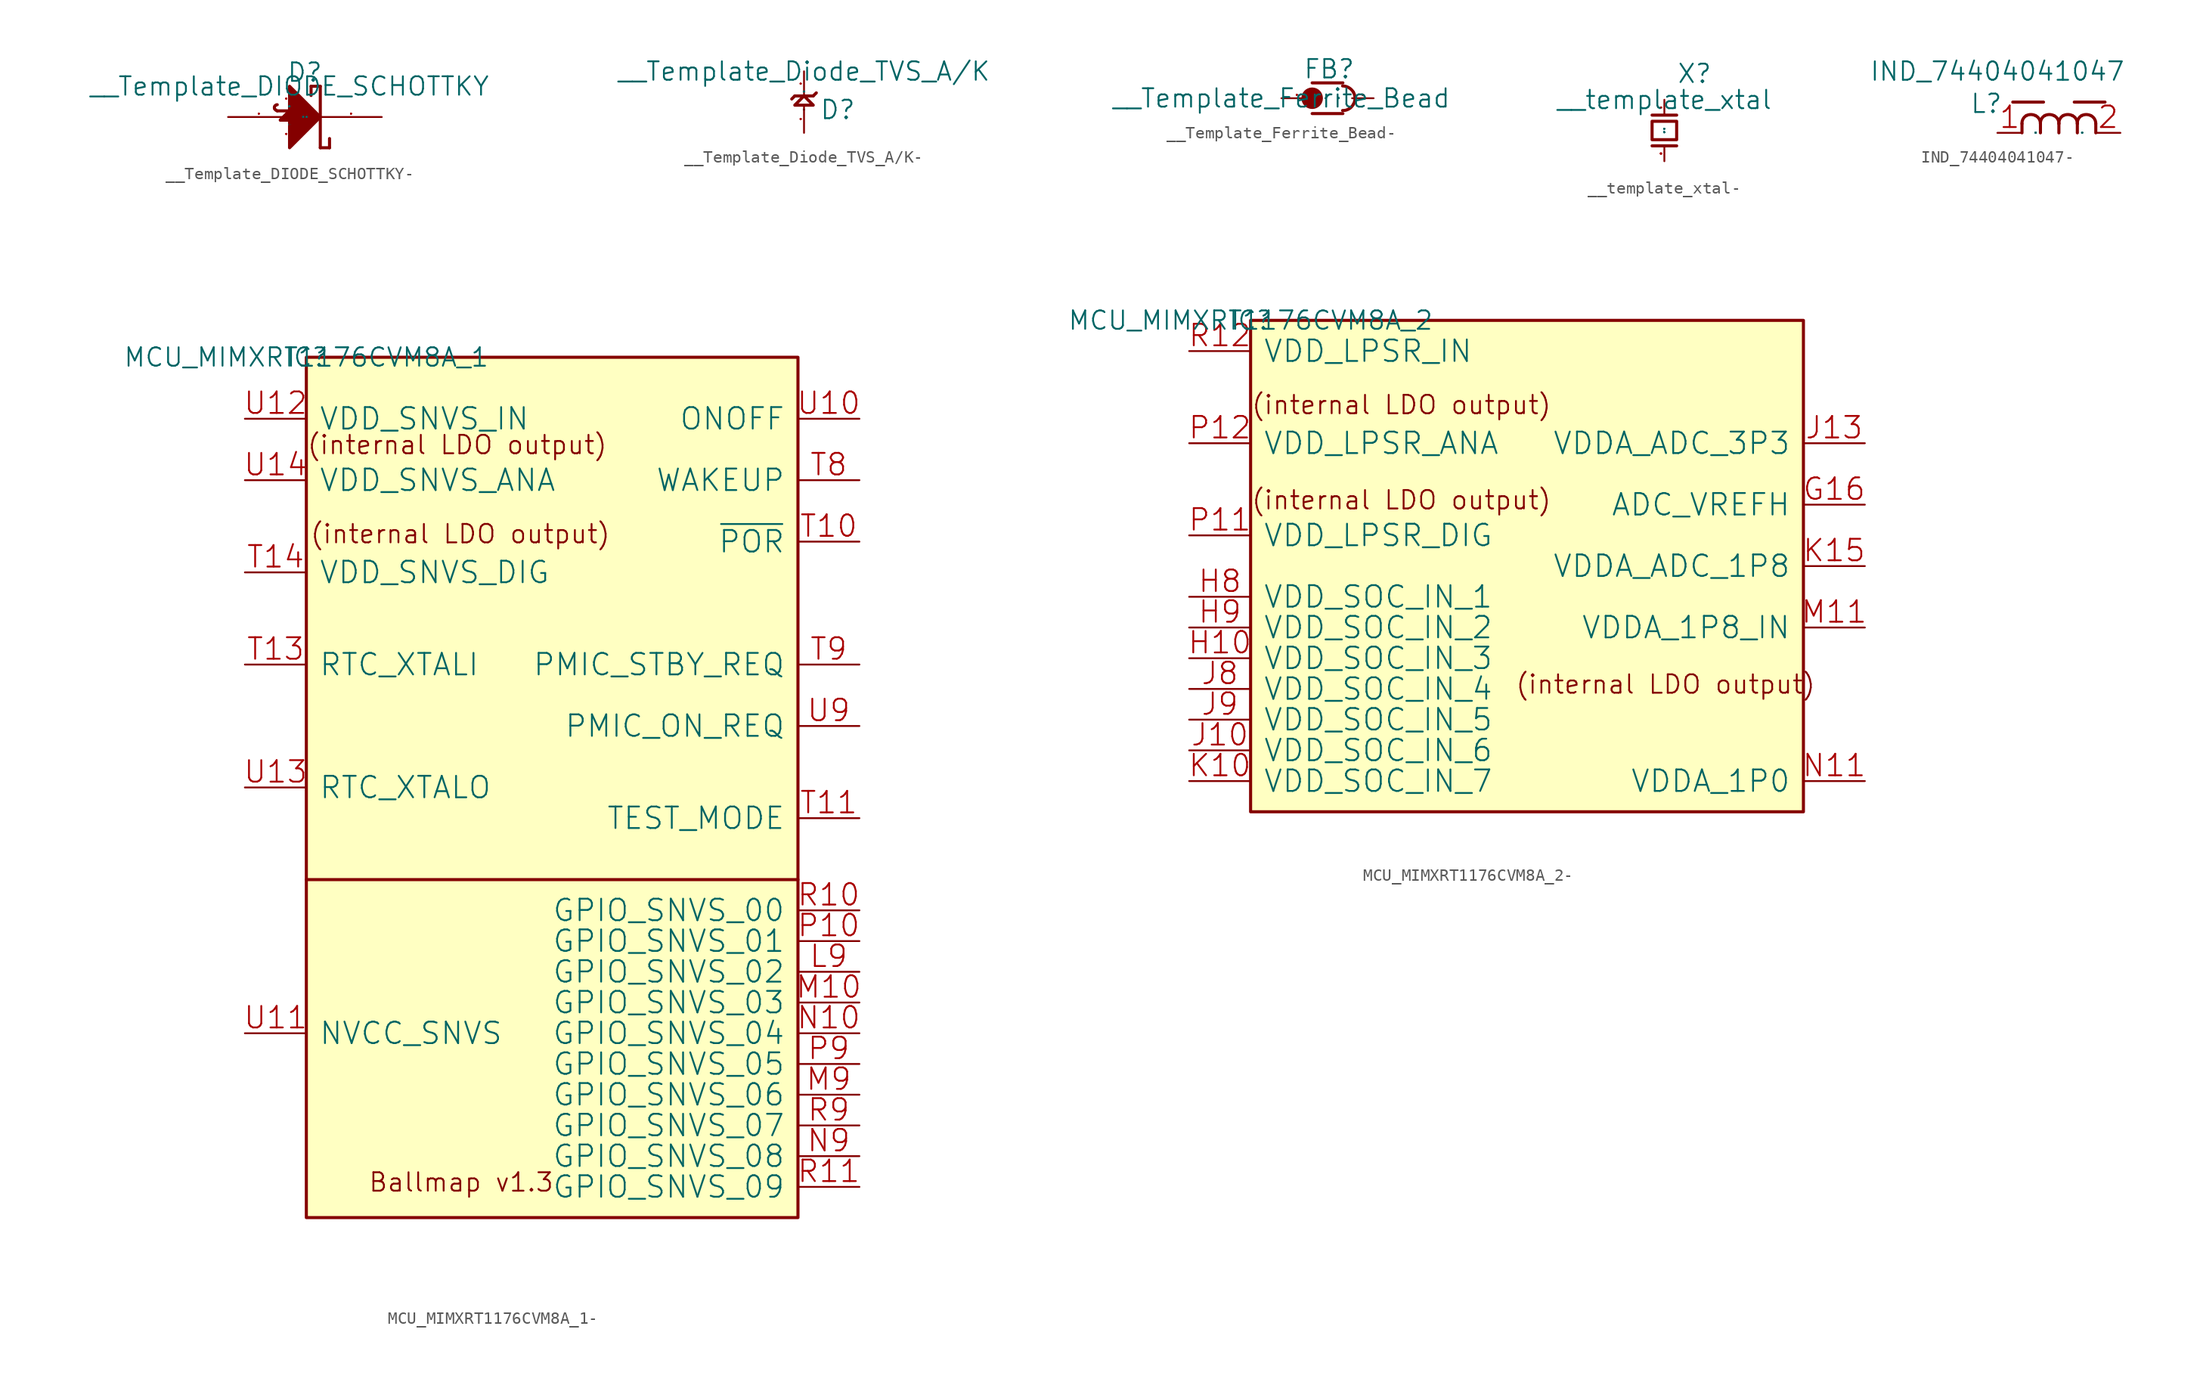
<source format=kicad_sym>
(kicad_symbol_lib
  (version 20220914)
  (generator kicad_symbol_editor)
  (symbol "__Template_DIODE_SCHOTTKY-"
    (pin_names
      (offset 1.016))
    (property "Reference" "D"
      (at -0.254 0.254 0)
      (effects (font (size 1.524 1.524)) (justify left bottom)))
    (property "Value" "__Template_DIODE_SCHOTTKY"
      (at 0 0 0)
      (effects (font (size 1.524 1.524))))
    (property "Footprint" ""
      (at 0 0 0)
      (effects (font (size 1.524 1.524))))
    (property "Datasheet" ""
      (at 0 0 0)
      (effects (font (size 1.524 1.524))))
    (symbol "__Template_DIODE_SCHOTTKY-_0_1"
      (polyline (pts (xy -1.016 -2.032) (xy 1.016 -2.032)) (stroke (width 0.254) (type solid)) (fill (type none)))
      (polyline (pts (xy 1.778 -0.762) (xy 1.778 0)) (stroke (width 0.254) (type solid)) (fill (type none)))
      (polyline (pts (xy 1.778 0) (xy 2.54 0)) (stroke (width 0.254) (type solid)) (fill (type none)))
      (polyline (pts (xy 2.54 -5.08) (xy 3.302 -5.08)) (stroke (width 0.254) (type solid)) (fill (type none)))
      (polyline (pts (xy 2.54 0) (xy 2.54 -5.08)) (stroke (width 0.254) (type solid)) (fill (type none)))
      (polyline (pts (xy 3.302 -5.08) (xy 3.302 -4.318)) (stroke (width 0.254) (type solid)) (fill (type none)))
      (polyline (pts (xy 0 -5.08) (xy 2.54 -2.54) (xy 0 0) (xy 0 -5.08)) (stroke (width 0.254) (type solid)) (fill (type outline)))
      (polyline (pts (xy 0 -2.032) (xy -0.762 -2.794) (xy 0.762 -2.794) (xy 0 -2.032)) (stroke (width 0.254) (type solid)) (fill (type none)))
      (polyline (pts (xy 0 -2.032) (xy -0.762 -2.794) (xy 0.762 -2.794) (xy 0 -2.032)) (stroke (width 0.254) (type solid)) (fill (type outline)))
      (pin passive line (at -5.08 -2.54 0) (length 5.08) (name "A" (effects (font (size 0.025 0.025)))) (number "A" (effects (font (size 0.025 0.025)))))
      (pin passive line (at 0 -5.08 90) (length 2.286) (name "P" (effects (font (size 0.025 0.025)))) (number "A" (effects (font (size 0.025 0.025)))))
      (pin passive line (at 7.62 -2.54 180) (length 5.08) (name "K" (effects (font (size 0.025 0.025)))) (number "K" (effects (font (size 0.025 0.025)))))
      (pin passive line (at 0 0 270) (length 2.032) (name "P" (effects (font (size 0.025 0.025)))) (number "K" (effects (font (size 0.025 0.025))))))
    (symbol "__Template_DIODE_SCHOTTKY-_1_1"
      (arc (start -1.2192 -1.8796) (mid -1.1354 -1.9713) (end -1.016 -2.032) (stroke (width 0.254) (type solid)) (fill (type none)))
      (arc (start -1.2192 -1.651) (mid -1.2554 -1.7666) (end -1.2192 -1.8796) (stroke (width 0.254) (type solid)) (fill (type none)))
      (arc (start -1.016 -1.524) (mid -1.1391 -1.5558) (end -1.2192 -1.651) (stroke (width 0.254) (type solid)) (fill (type none)))
      (arc (start 0.9906 -2.54) (mid 1.1285 -2.5152) (end 1.2192 -2.413) (stroke (width 0.254) (type solid)) (fill (type none)))
      (arc (start 1.2192 -2.413) (mid 1.2554 -2.2758) (end 1.2192 -2.1336) (stroke (width 0.254) (type solid)) (fill (type none)))
      (arc (start 1.2192 -2.1336) (mid 1.1181 -2.0534) (end 0.9906 -2.032) (stroke (width 0.254) (type solid)) (fill (type none)))))
  (symbol "__Template_Diode_TVS_A/K-"
    (pin_names
      (offset 1.016))
    (property "Reference" "D"
      (at 1.27 -4.064 0)
      (effects (font (size 1.524 1.524)) (justify left bottom)))
    (property "Value" "__Template_Diode_TVS_A/K"
      (at 0 0 0)
      (effects (font (size 1.524 1.524))))
    (property "Footprint" ""
      (at 0 0 0)
      (effects (font (size 1.524 1.524))))
    (property "Datasheet" ""
      (at 0 0 0)
      (effects (font (size 1.524 1.524))))
    (symbol "__Template_Diode_TVS_A/K-_0_1"
      (polyline (pts (xy -1.016 -2.286) (xy -0.762 -2.032)) (stroke (width 0.254) (type solid)) (fill (type none)))
      (polyline (pts (xy -0.762 -2.032) (xy 0.762 -2.032)) (stroke (width 0.254) (type solid)) (fill (type none)))
      (polyline (pts (xy 1.016 -1.778) (xy 0.762 -2.032)) (stroke (width 0.254) (type solid)) (fill (type none)))
      (polyline (pts (xy 0 -2.032) (xy -0.762 -2.794) (xy 0.762 -2.794) (xy 0 -2.032)) (stroke (width 0.254) (type solid)) (fill (type none)))
      (pin passive line (at 0 -5.08 90) (length 2.286) (name "A" (effects (font (size 0.025 0.025)))) (number "A" (effects (font (size 0.025 0.025)))))
      (pin passive line (at 0 0 270) (length 2.032) (name "K" (effects (font (size 0.025 0.025)))) (number "K" (effects (font (size 0.025 0.025)))))))
  (symbol "__Template_Ferrite_Bead-"
    (pin_names
      (offset 1.016))
    (property "Reference" "FB"
      (at 1.778 1.524 0)
      (effects (font (size 1.524 1.524)) (justify left bottom)))
    (property "Value" "__Template_Ferrite_Bead"
      (at 0 0 0)
      (effects (font (size 1.524 1.524))))
    (property "Footprint" ""
      (at 0 0 0)
      (effects (font (size 1.524 1.524))))
    (property "Datasheet" ""
      (at 0 0 0)
      (effects (font (size 1.524 1.524))))
    (symbol "__Template_Ferrite_Bead-_0_1"
      (polyline (pts (xy 2.54 -1.27) (xy 5.08 -1.27)) (stroke (width 0.254) (type solid)) (fill (type none)))
      (polyline (pts (xy 2.54 1.27) (xy 5.08 1.27)) (stroke (width 0.254) (type solid)) (fill (type none)))
      (circle (center 2.54 0) (radius 0.254) (stroke (width 0.254) (type solid)) (fill (type outline)))
      (circle (center 2.54 0) (radius 0.762) (stroke (width 0.254) (type solid)) (fill (type outline)))
      (pin passive line (at 0 0 0) (length 2.54) (name "1" (effects (font (size 0.025 0.025)))) (number "1" (effects (font (size 0.025 0.025)))))
      (pin passive line (at 7.62 0 180) (length 1.778) (name "2" (effects (font (size 0.025 0.025)))) (number "2" (effects (font (size 0.025 0.025))))))
    (symbol "__Template_Ferrite_Bead-_1_1"
      (arc (start 5.0546 -1.016) (mid 5.5735 -0.8885) (end 5.9436 -0.508) (stroke (width 0.254) (type solid)) (fill (type none)))
      (arc (start 5.9436 -0.508) (mid 6.0819 0) (end 5.9436 0.508) (stroke (width 0.254) (type solid)) (fill (type none)))
      (arc (start 5.9436 0.508) (mid 5.5665 0.8759) (end 5.0546 1.016) (stroke (width 0.254) (type solid)) (fill (type none)))))
  (symbol "__template_xtal-"
    (pin_names
      (offset 1.016))
    (property "Reference" "X"
      (at 1.016 1.27 0)
      (effects (font (size 1.524 1.524)) (justify left bottom)))
    (property "Value" "__template_xtal"
      (at 0 0 0)
      (effects (font (size 1.524 1.524))))
    (property "Footprint" ""
      (at 0 0 0)
      (effects (font (size 1.524 1.524))))
    (property "Datasheet" ""
      (at 0 0 0)
      (effects (font (size 1.524 1.524))))
    (symbol "__template_xtal-_0_1"
      (polyline (pts (xy -1.016 -3.81) (xy 1.016 -3.81)) (stroke (width 0.254) (type solid)) (fill (type none)))
      (polyline (pts (xy -1.016 -1.27) (xy 1.016 -1.27)) (stroke (width 0.254) (type solid)) (fill (type none)))
      (polyline (pts (xy 1.016 -1.778) (xy -1.016 -1.778) (xy -1.016 -3.302) (xy 1.016 -3.302) (xy 1.016 -1.778)) (stroke (width 0.254) (type solid)) (fill (type none)))
      (pin passive line (at 0 0 270) (length 1.27) (name "1" (effects (font (size 0.025 0.025)))) (number "1" (effects (font (size 0.025 0.025)))))
      (pin passive line (at 0 -5.08 90) (length 1.27) (name "2" (effects (font (size 0.025 0.025)))) (number "2" (effects (font (size 0.025 0.025)))))))
  (symbol "IND_74404041047-"
    (pin_names
      (offset 1.016))
    (property "Reference" "L"
      (at -2.286 -3.556 0)
      (effects (font (size 1.524 1.524)) (justify left bottom)))
    (property "Value" "IND_74404041047"
      (at 0 0 0)
      (effects (font (size 1.524 1.524))))
    (property "Footprint" ""
      (at 0 0 0)
      (effects (font (size 1.524 1.524))))
    (property "Datasheet" ""
      (at 0 0 0)
      (effects (font (size 1.524 1.524))))
    (symbol "IND_74404041047-_0_1"
      (polyline (pts (xy 1.27 -2.54) (xy 3.81 -2.54)) (stroke (width 0.254) (type solid)) (fill (type none)))
      (polyline (pts (xy 2.032 -5.08) (xy 2.032 -4.318)) (stroke (width 0.254) (type solid)) (fill (type none)))
      (polyline (pts (xy 3.556 -5.08) (xy 3.556 -4.318)) (stroke (width 0.254) (type solid)) (fill (type none)))
      (polyline (pts (xy 5.08 -5.08) (xy 5.08 -4.318)) (stroke (width 0.254) (type solid)) (fill (type none)))
      (polyline (pts (xy 6.35 -2.54) (xy 8.89 -2.54)) (stroke (width 0.254) (type solid)) (fill (type none)))
      (polyline (pts (xy 6.604 -5.08) (xy 6.604 -4.318)) (stroke (width 0.254) (type solid)) (fill (type none)))
      (polyline (pts (xy 8.128 -5.08) (xy 8.128 -4.318)) (stroke (width 0.254) (type solid)) (fill (type none)))
      (pin passive line (at 0 -5.08 0) (length 2.032) (name "P" (effects (font (size 0.025 0.025)))) (number "1" (effects (font (size 1.778 1.778)))))
      (pin passive line (at 10.16 -5.08 180) (length 2.032) (name "P" (effects (font (size 0.025 0.025)))) (number "2" (effects (font (size 1.778 1.778))))))
    (symbol "IND_74404041047-_1_1"
      (arc (start 2.3876 -3.6576) (mid 2.1171 -3.9397) (end 2.032 -4.318) (stroke (width 0.254) (type solid)) (fill (type none)))
      (arc (start 3.1496 -3.6576) (mid 2.7724 -3.5683) (end 2.3876 -3.6576) (stroke (width 0.254) (type solid)) (fill (type none)))
      (arc (start 3.556 -4.318) (mid 3.4482 -3.9273) (end 3.1496 -3.6576) (stroke (width 0.254) (type solid)) (fill (type none)))
      (arc (start 3.9116 -3.6576) (mid 3.6411 -3.9397) (end 3.556 -4.318) (stroke (width 0.254) (type solid)) (fill (type none)))
      (arc (start 4.6736 -3.6576) (mid 4.2964 -3.5683) (end 3.9116 -3.6576) (stroke (width 0.254) (type solid)) (fill (type none)))
      (arc (start 5.08 -4.318) (mid 4.9722 -3.9273) (end 4.6736 -3.6576) (stroke (width 0.254) (type solid)) (fill (type none)))
      (arc (start 5.4356 -3.6576) (mid 5.1651 -3.9397) (end 5.08 -4.318) (stroke (width 0.254) (type solid)) (fill (type none)))
      (arc (start 6.1976 -3.6576) (mid 5.8204 -3.5683) (end 5.4356 -3.6576) (stroke (width 0.254) (type solid)) (fill (type none)))
      (arc (start 6.604 -4.318) (mid 6.4962 -3.9273) (end 6.1976 -3.6576) (stroke (width 0.254) (type solid)) (fill (type none)))
      (arc (start 6.9596 -3.6576) (mid 6.6891 -3.9397) (end 6.604 -4.318) (stroke (width 0.254) (type solid)) (fill (type none)))
      (arc (start 7.7216 -3.6576) (mid 7.3444 -3.5683) (end 6.9596 -3.6576) (stroke (width 0.254) (type solid)) (fill (type none)))
      (arc (start 8.128 -4.318) (mid 8.0202 -3.9273) (end 7.7216 -3.6576) (stroke (width 0.254) (type solid)) (fill (type none)))))
  (symbol "MCU_MIMXRT1176CVM8A_1-"
    (pin_names
      (offset 1.016))
    (property "Reference" "IC"
      (at 0 0 0)
      (effects (font (size 1.524 1.524))))
    (property "Value" "MCU_MIMXRT1176CVM8A_1"
      (at 0 0 0)
      (effects (font (size 1.524 1.524))))
    (property "Footprint" ""
      (at 0 0 0)
      (effects (font (size 1.524 1.524))))
    (property "Datasheet" ""
      (at 0 0 0)
      (effects (font (size 1.524 1.524))))
    (symbol "MCU_MIMXRT1176CVM8A_1-_0_1"
      (rectangle (start 0 -71.12) (end 40.64 0) (stroke (width 0.254) (type solid)) (fill (type background)))
      (polyline (pts (xy 0 -43.18) (xy 40.64 -43.18)) (stroke (width 0.254) (type solid)) (fill (type none)))
      (pin bidirectional line (at 45.72 -50.8 180) (length 5.08) (name "GPIO_SNVS_02" (effects (font (size 1.778 1.778)))) (number "L9" (effects (font (size 1.778 1.778)))))
      (pin bidirectional line (at 45.72 -53.34 180) (length 5.08) (name "GPIO_SNVS_03" (effects (font (size 1.778 1.778)))) (number "M10" (effects (font (size 1.778 1.778)))))
      (pin bidirectional line (at 45.72 -60.96 180) (length 5.08) (name "GPIO_SNVS_06" (effects (font (size 1.778 1.778)))) (number "M9" (effects (font (size 1.778 1.778)))))
      (pin bidirectional line (at 45.72 -55.88 180) (length 5.08) (name "GPIO_SNVS_04" (effects (font (size 1.778 1.778)))) (number "N10" (effects (font (size 1.778 1.778)))))
      (pin bidirectional line (at 45.72 -66.04 180) (length 5.08) (name "GPIO_SNVS_08" (effects (font (size 1.778 1.778)))) (number "N9" (effects (font (size 1.778 1.778)))))
      (pin bidirectional line (at 45.72 -48.26 180) (length 5.08) (name "GPIO_SNVS_01" (effects (font (size 1.778 1.778)))) (number "P10" (effects (font (size 1.778 1.778)))))
      (pin bidirectional line (at 45.72 -58.42 180) (length 5.08) (name "GPIO_SNVS_05" (effects (font (size 1.778 1.778)))) (number "P9" (effects (font (size 1.778 1.778)))))
      (pin bidirectional line (at 45.72 -45.72 180) (length 5.08) (name "GPIO_SNVS_00" (effects (font (size 1.778 1.778)))) (number "R10" (effects (font (size 1.778 1.778)))))
      (pin bidirectional line (at 45.72 -68.58 180) (length 5.08) (name "GPIO_SNVS_09" (effects (font (size 1.778 1.778)))) (number "R11" (effects (font (size 1.778 1.778)))))
      (pin bidirectional line (at 45.72 -63.5 180) (length 5.08) (name "GPIO_SNVS_07" (effects (font (size 1.778 1.778)))) (number "R9" (effects (font (size 1.778 1.778)))))
      (pin input line (at 45.72 -15.24 180) (length 5.08) (name "~{POR}" (effects (font (size 1.778 1.778)))) (number "T10" (effects (font (size 1.778 1.778)))))
      (pin input line (at 45.72 -38.1 180) (length 5.08) (name "TEST_MODE" (effects (font (size 1.778 1.778)))) (number "T11" (effects (font (size 1.778 1.778)))))
      (pin input line (at -5.08 -25.4 0) (length 5.08) (name "RTC_XTALI" (effects (font (size 1.778 1.778)))) (number "T13" (effects (font (size 1.778 1.778)))))
      (pin power_in line (at -5.08 -17.78 0) (length 5.08) (name "VDD_SNVS_DIG" (effects (font (size 1.778 1.778)))) (number "T14" (effects (font (size 1.778 1.778)))))
      (pin passive line (at 45.72 -10.16 180) (length 5.08) (name "WAKEUP" (effects (font (size 1.778 1.778)))) (number "T8" (effects (font (size 1.778 1.778)))))
      (pin passive line (at 45.72 -25.4 180) (length 5.08) (name "PMIC_STBY_REQ" (effects (font (size 1.778 1.778)))) (number "T9" (effects (font (size 1.778 1.778)))))
      (pin input line (at 45.72 -5.08 180) (length 5.08) (name "ONOFF" (effects (font (size 1.778 1.778)))) (number "U10" (effects (font (size 1.778 1.778)))))
      (pin passive line (at -5.08 -55.88 0) (length 5.08) (name "NVCC_SNVS" (effects (font (size 1.778 1.778)))) (number "U11" (effects (font (size 1.778 1.778)))))
      (pin power_in line (at -5.08 -5.08 0) (length 5.08) (name "VDD_SNVS_IN" (effects (font (size 1.778 1.778)))) (number "U12" (effects (font (size 1.778 1.778)))))
      (pin output line (at -5.08 -35.56 0) (length 5.08) (name "RTC_XTALO" (effects (font (size 1.778 1.778)))) (number "U13" (effects (font (size 1.778 1.778)))))
      (pin power_in line (at -5.08 -10.16 0) (length 5.08) (name "VDD_SNVS_ANA" (effects (font (size 1.778 1.778)))) (number "U14" (effects (font (size 1.778 1.778)))))
      (pin passive line (at 45.72 -30.48 180) (length 5.08) (name "PMIC_ON_REQ" (effects (font (size 1.778 1.778)))) (number "U9" (effects (font (size 1.778 1.778))))))
    (symbol "MCU_MIMXRT1176CVM8A_1-_1_1"
      (text "(internal LDO output)" (at 0 -8.128 0) (effects (font (size 1.524 1.524)) (justify left bottom)))
      (text "(internal LDO output)" (at 0.254 -15.494 0) (effects (font (size 1.524 1.524)) (justify left bottom)))
      (text "Ballmap v1.3" (at 5.08 -69.088 0) (effects (font (size 1.524 1.524)) (justify left bottom)))))
  (symbol "MCU_MIMXRT1176CVM8A_2-"
    (pin_names
      (offset 1.016))
    (property "Reference" "IC"
      (at 0 0 0)
      (effects (font (size 1.524 1.524))))
    (property "Value" "MCU_MIMXRT1176CVM8A_2"
      (at 0 0 0)
      (effects (font (size 1.524 1.524))))
    (property "Footprint" ""
      (at 0 0 0)
      (effects (font (size 1.524 1.524))))
    (property "Datasheet" ""
      (at 0 0 0)
      (effects (font (size 1.524 1.524))))
    (symbol "MCU_MIMXRT1176CVM8A_2-_0_1"
      (rectangle (start 0 -40.64) (end 45.72 0) (stroke (width 0.254) (type solid)) (fill (type background)))
      (pin passive line (at 50.8 -15.24 180) (length 5.08) (name "ADC_VREFH" (effects (font (size 1.778 1.778)))) (number "G16" (effects (font (size 1.778 1.778)))))
      (pin passive line (at -5.08 -27.94 0) (length 5.08) (name "VDD_SOC_IN_3" (effects (font (size 1.778 1.778)))) (number "H10" (effects (font (size 1.778 1.778)))))
      (pin passive line (at -5.08 -22.86 0) (length 5.08) (name "VDD_SOC_IN_1" (effects (font (size 1.778 1.778)))) (number "H8" (effects (font (size 1.778 1.778)))))
      (pin passive line (at -5.08 -25.4 0) (length 5.08) (name "VDD_SOC_IN_2" (effects (font (size 1.778 1.778)))) (number "H9" (effects (font (size 1.778 1.778)))))
      (pin passive line (at -5.08 -35.56 0) (length 5.08) (name "VDD_SOC_IN_6" (effects (font (size 1.778 1.778)))) (number "J10" (effects (font (size 1.778 1.778)))))
      (pin power_in line (at 50.8 -10.16 180) (length 5.08) (name "VDDA_ADC_3P3" (effects (font (size 1.778 1.778)))) (number "J13" (effects (font (size 1.778 1.778)))))
      (pin passive line (at -5.08 -30.48 0) (length 5.08) (name "VDD_SOC_IN_4" (effects (font (size 1.778 1.778)))) (number "J8" (effects (font (size 1.778 1.778)))))
      (pin passive line (at -5.08 -33.02 0) (length 5.08) (name "VDD_SOC_IN_5" (effects (font (size 1.778 1.778)))) (number "J9" (effects (font (size 1.778 1.778)))))
      (pin passive line (at -5.08 -38.1 0) (length 5.08) (name "VDD_SOC_IN_7" (effects (font (size 1.778 1.778)))) (number "K10" (effects (font (size 1.778 1.778)))))
      (pin power_in line (at 50.8 -20.32 180) (length 5.08) (name "VDDA_ADC_1P8" (effects (font (size 1.778 1.778)))) (number "K15" (effects (font (size 1.778 1.778)))))
      (pin power_in line (at 50.8 -25.4 180) (length 5.08) (name "VDDA_1P8_IN" (effects (font (size 1.778 1.778)))) (number "M11" (effects (font (size 1.778 1.778)))))
      (pin power_in line (at 50.8 -38.1 180) (length 5.08) (name "VDDA_1P0" (effects (font (size 1.778 1.778)))) (number "N11" (effects (font (size 1.778 1.778)))))
      (pin power_in line (at -5.08 -17.78 0) (length 5.08) (name "VDD_LPSR_DIG" (effects (font (size 1.778 1.778)))) (number "P11" (effects (font (size 1.778 1.778)))))
      (pin power_in line (at -5.08 -10.16 0) (length 5.08) (name "VDD_LPSR_ANA" (effects (font (size 1.778 1.778)))) (number "P12" (effects (font (size 1.778 1.778)))))
      (pin power_in line (at -5.08 -2.54 0) (length 5.08) (name "VDD_LPSR_IN" (effects (font (size 1.778 1.778)))) (number "R12" (effects (font (size 1.778 1.778))))))
    (symbol "MCU_MIMXRT1176CVM8A_2-_1_1"
      (text "(internal LDO output)" (at 0 -15.748 0) (effects (font (size 1.524 1.524)) (justify left bottom)))
      (text "(internal LDO output)" (at 0 -7.874 0) (effects (font (size 1.524 1.524)) (justify left bottom)))
      (text "(internal LDO output)" (at 21.844 -30.988 0) (effects (font (size 1.524 1.524)) (justify left bottom))))))
</source>
